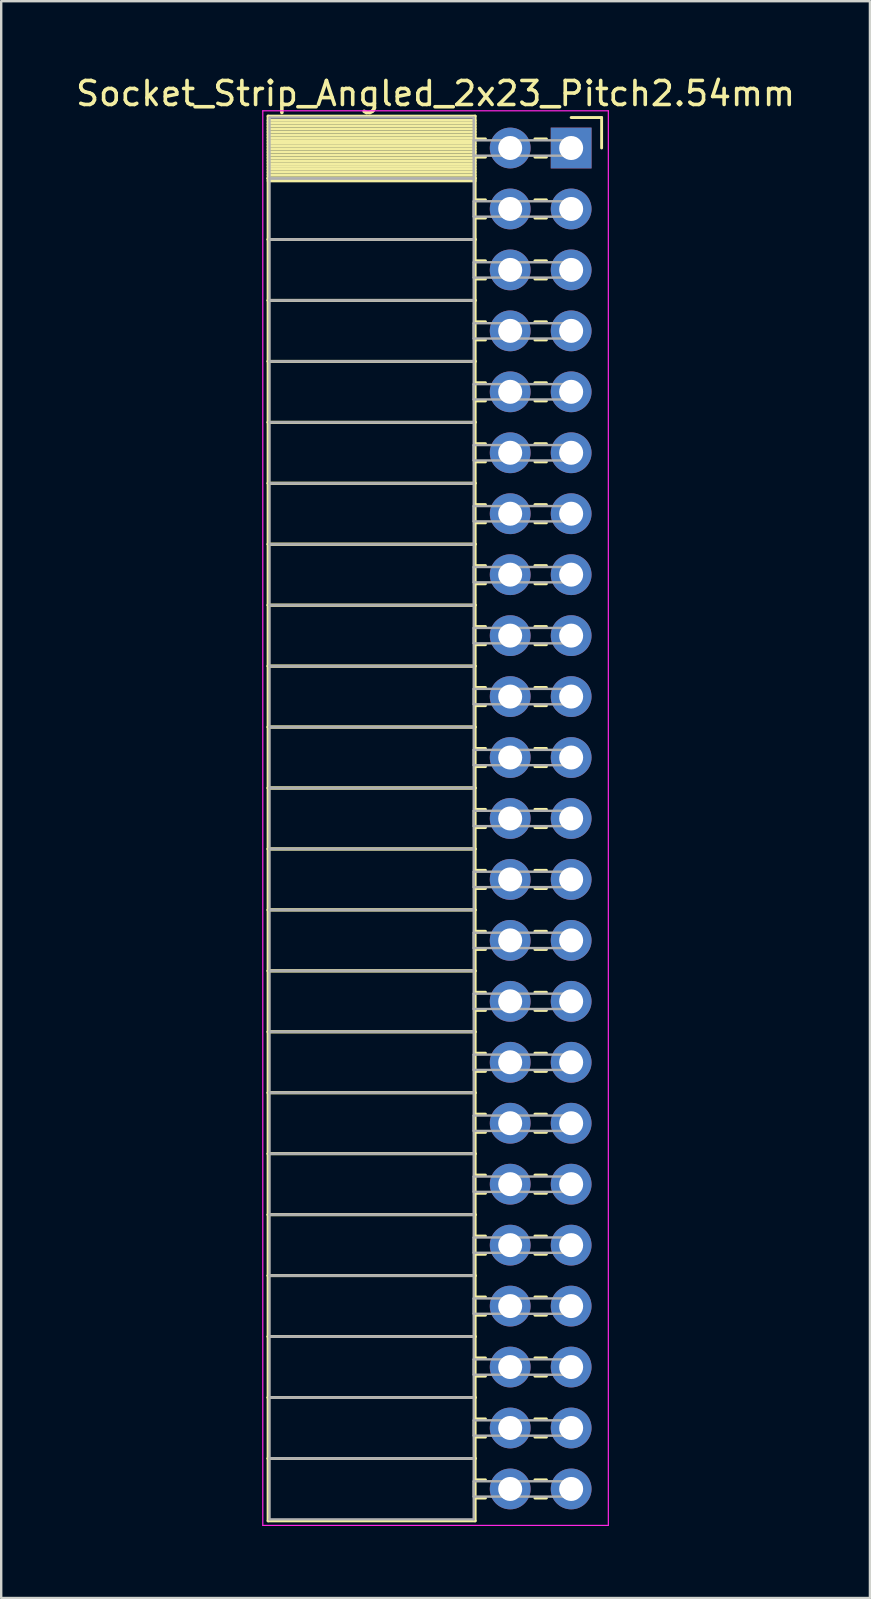
<source format=kicad_pcb>
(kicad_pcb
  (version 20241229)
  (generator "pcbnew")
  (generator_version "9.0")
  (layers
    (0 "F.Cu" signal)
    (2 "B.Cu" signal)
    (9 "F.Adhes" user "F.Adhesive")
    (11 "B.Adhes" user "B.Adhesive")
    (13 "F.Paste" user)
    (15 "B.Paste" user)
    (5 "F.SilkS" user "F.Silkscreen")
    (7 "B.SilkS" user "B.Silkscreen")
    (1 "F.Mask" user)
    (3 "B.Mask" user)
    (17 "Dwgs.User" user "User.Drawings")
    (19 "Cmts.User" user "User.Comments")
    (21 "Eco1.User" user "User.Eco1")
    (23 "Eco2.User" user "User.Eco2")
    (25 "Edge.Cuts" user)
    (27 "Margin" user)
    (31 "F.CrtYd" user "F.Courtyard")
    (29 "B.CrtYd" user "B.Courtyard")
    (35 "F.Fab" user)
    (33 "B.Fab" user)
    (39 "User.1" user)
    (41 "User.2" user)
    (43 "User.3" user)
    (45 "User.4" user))
  (footprint "Socket_Strip_Angled_2x23_Pitch2.54mm"
    (layer "F.Cu")
    (at 20.751 3.118)
    (property "Reference" "Socket_Strip_Angled_2x23_Pitch2.54mm" (at -5.65 -2.27 0) (layer "F.SilkS") (effects (font (size 1 1) (thickness 0.15))))
    (attr through_hole)
    (fp_line (start -12.63 -1.33) (end -4 -1.33) (stroke (width 0.12) (type solid)) (layer "F.SilkS"))
    (fp_line (start -12.63 1.27) (end -12.63 -1.33) (stroke (width 0.12) (type solid)) (layer "F.SilkS"))
    (fp_line (start -12.63 1.27) (end -4 1.27) (stroke (width 0.12) (type solid)) (layer "F.SilkS"))
    (fp_line (start -12.63 3.81) (end -12.63 1.27) (stroke (width 0.12) (type solid)) (layer "F.SilkS"))
    (fp_line (start -12.63 3.81) (end -4 3.81) (stroke (width 0.12) (type solid)) (layer "F.SilkS"))
    (fp_line (start -12.63 6.35) (end -12.63 3.81) (stroke (width 0.12) (type solid)) (layer "F.SilkS"))
    (fp_line (start -12.63 6.35) (end -4 6.35) (stroke (width 0.12) (type solid)) (layer "F.SilkS"))
    (fp_line (start -12.63 8.89) (end -12.63 6.35) (stroke (width 0.12) (type solid)) (layer "F.SilkS"))
    (fp_line (start -12.63 8.89) (end -4 8.89) (stroke (width 0.12) (type solid)) (layer "F.SilkS"))
    (fp_line (start -12.63 11.43) (end -12.63 8.89) (stroke (width 0.12) (type solid)) (layer "F.SilkS"))
    (fp_line (start -12.63 11.43) (end -4 11.43) (stroke (width 0.12) (type solid)) (layer "F.SilkS"))
    (fp_line (start -12.63 13.97) (end -12.63 11.43) (stroke (width 0.12) (type solid)) (layer "F.SilkS"))
    (fp_line (start -12.63 13.97) (end -4 13.97) (stroke (width 0.12) (type solid)) (layer "F.SilkS"))
    (fp_line (start -12.63 16.51) (end -12.63 13.97) (stroke (width 0.12) (type solid)) (layer "F.SilkS"))
    (fp_line (start -12.63 16.51) (end -4 16.51) (stroke (width 0.12) (type solid)) (layer "F.SilkS"))
    (fp_line (start -12.63 19.05) (end -12.63 16.51) (stroke (width 0.12) (type solid)) (layer "F.SilkS"))
    (fp_line (start -12.63 19.05) (end -4 19.05) (stroke (width 0.12) (type solid)) (layer "F.SilkS"))
    (fp_line (start -12.63 21.59) (end -12.63 19.05) (stroke (width 0.12) (type solid)) (layer "F.SilkS"))
    (fp_line (start -12.63 21.59) (end -4 21.59) (stroke (width 0.12) (type solid)) (layer "F.SilkS"))
    (fp_line (start -12.63 24.13) (end -12.63 21.59) (stroke (width 0.12) (type solid)) (layer "F.SilkS"))
    (fp_line (start -12.63 24.13) (end -4 24.13) (stroke (width 0.12) (type solid)) (layer "F.SilkS"))
    (fp_line (start -12.63 26.67) (end -12.63 24.13) (stroke (width 0.12) (type solid)) (layer "F.SilkS"))
    (fp_line (start -12.63 26.67) (end -4 26.67) (stroke (width 0.12) (type solid)) (layer "F.SilkS"))
    (fp_line (start -12.63 29.21) (end -12.63 26.67) (stroke (width 0.12) (type solid)) (layer "F.SilkS"))
    (fp_line (start -12.63 29.21) (end -4 29.21) (stroke (width 0.12) (type solid)) (layer "F.SilkS"))
    (fp_line (start -12.63 31.75) (end -12.63 29.21) (stroke (width 0.12) (type solid)) (layer "F.SilkS"))
    (fp_line (start -12.63 31.75) (end -4 31.75) (stroke (width 0.12) (type solid)) (layer "F.SilkS"))
    (fp_line (start -12.63 34.29) (end -12.63 31.75) (stroke (width 0.12) (type solid)) (layer "F.SilkS"))
    (fp_line (start -12.63 34.29) (end -4 34.29) (stroke (width 0.12) (type solid)) (layer "F.SilkS"))
    (fp_line (start -12.63 36.83) (end -12.63 34.29) (stroke (width 0.12) (type solid)) (layer "F.SilkS"))
    (fp_line (start -12.63 36.83) (end -4 36.83) (stroke (width 0.12) (type solid)) (layer "F.SilkS"))
    (fp_line (start -12.63 39.37) (end -12.63 36.83) (stroke (width 0.12) (type solid)) (layer "F.SilkS"))
    (fp_line (start -12.63 39.37) (end -4 39.37) (stroke (width 0.12) (type solid)) (layer "F.SilkS"))
    (fp_line (start -12.63 41.91) (end -12.63 39.37) (stroke (width 0.12) (type solid)) (layer "F.SilkS"))
    (fp_line (start -12.63 41.91) (end -4 41.91) (stroke (width 0.12) (type solid)) (layer "F.SilkS"))
    (fp_line (start -12.63 44.45) (end -12.63 41.91) (stroke (width 0.12) (type solid)) (layer "F.SilkS"))
    (fp_line (start -12.63 44.45) (end -4 44.45) (stroke (width 0.12) (type solid)) (layer "F.SilkS"))
    (fp_line (start -12.63 46.99) (end -12.63 44.45) (stroke (width 0.12) (type solid)) (layer "F.SilkS"))
    (fp_line (start -12.63 46.99) (end -4 46.99) (stroke (width 0.12) (type solid)) (layer "F.SilkS"))
    (fp_line (start -12.63 49.53) (end -12.63 46.99) (stroke (width 0.12) (type solid)) (layer "F.SilkS"))
    (fp_line (start -12.63 49.53) (end -4 49.53) (stroke (width 0.12) (type solid)) (layer "F.SilkS"))
    (fp_line (start -12.63 52.07) (end -12.63 49.53) (stroke (width 0.12) (type solid)) (layer "F.SilkS"))
    (fp_line (start -12.63 52.07) (end -4 52.07) (stroke (width 0.12) (type solid)) (layer "F.SilkS"))
    (fp_line (start -12.63 54.61) (end -12.63 52.07) (stroke (width 0.12) (type solid)) (layer "F.SilkS"))
    (fp_line (start -12.63 54.61) (end -4 54.61) (stroke (width 0.12) (type solid)) (layer "F.SilkS"))
    (fp_line (start -12.63 57.21) (end -12.63 54.61) (stroke (width 0.12) (type solid)) (layer "F.SilkS"))
    (fp_line (start -4 -1.33) (end -4 1.27) (stroke (width 0.12) (type solid)) (layer "F.SilkS"))
    (fp_line (start -4 -1.15) (end -12.63 -1.15) (stroke (width 0.12) (type solid)) (layer "F.SilkS"))
    (fp_line (start -4 -1.03) (end -12.63 -1.03) (stroke (width 0.12) (type solid)) (layer "F.SilkS"))
    (fp_line (start -4 -0.91) (end -12.63 -0.91) (stroke (width 0.12) (type solid)) (layer "F.SilkS"))
    (fp_line (start -4 -0.79) (end -12.63 -0.79) (stroke (width 0.12) (type solid)) (layer "F.SilkS"))
    (fp_line (start -4 -0.67) (end -12.63 -0.67) (stroke (width 0.12) (type solid)) (layer "F.SilkS"))
    (fp_line (start -4 -0.55) (end -12.63 -0.55) (stroke (width 0.12) (type solid)) (layer "F.SilkS"))
    (fp_line (start -4 -0.43) (end -12.63 -0.43) (stroke (width 0.12) (type solid)) (layer "F.SilkS"))
    (fp_line (start -4 -0.31) (end -12.63 -0.31) (stroke (width 0.12) (type solid)) (layer "F.SilkS"))
    (fp_line (start -4 -0.19) (end -12.63 -0.19) (stroke (width 0.12) (type solid)) (layer "F.SilkS"))
    (fp_line (start -4 -0.07) (end -12.63 -0.07) (stroke (width 0.12) (type solid)) (layer "F.SilkS"))
    (fp_line (start -4 0.05) (end -12.63 0.05) (stroke (width 0.12) (type solid)) (layer "F.SilkS"))
    (fp_line (start -4 0.17) (end -12.63 0.17) (stroke (width 0.12) (type solid)) (layer "F.SilkS"))
    (fp_line (start -4 0.29) (end -12.63 0.29) (stroke (width 0.12) (type solid)) (layer "F.SilkS"))
    (fp_line (start -4 0.41) (end -12.63 0.41) (stroke (width 0.12) (type solid)) (layer "F.SilkS"))
    (fp_line (start -4 0.53) (end -12.63 0.53) (stroke (width 0.12) (type solid)) (layer "F.SilkS"))
    (fp_line (start -4 0.65) (end -12.63 0.65) (stroke (width 0.12) (type solid)) (layer "F.SilkS"))
    (fp_line (start -4 0.77) (end -12.63 0.77) (stroke (width 0.12) (type solid)) (layer "F.SilkS"))
    (fp_line (start -4 0.89) (end -12.63 0.89) (stroke (width 0.12) (type solid)) (layer "F.SilkS"))
    (fp_line (start -4 1.01) (end -12.63 1.01) (stroke (width 0.12) (type solid)) (layer "F.SilkS"))
    (fp_line (start -4 1.13) (end -12.63 1.13) (stroke (width 0.12) (type solid)) (layer "F.SilkS"))
    (fp_line (start -4 1.25) (end -12.63 1.25) (stroke (width 0.12) (type solid)) (layer "F.SilkS"))
    (fp_line (start -4 1.27) (end -12.63 1.27) (stroke (width 0.12) (type solid)) (layer "F.SilkS"))
    (fp_line (start -4 1.27) (end -4 3.81) (stroke (width 0.12) (type solid)) (layer "F.SilkS"))
    (fp_line (start -4 1.37) (end -12.63 1.37) (stroke (width 0.12) (type solid)) (layer "F.SilkS"))
    (fp_line (start -4 3.81) (end -12.63 3.81) (stroke (width 0.12) (type solid)) (layer "F.SilkS"))
    (fp_line (start -4 3.81) (end -4 6.35) (stroke (width 0.12) (type solid)) (layer "F.SilkS"))
    (fp_line (start -4 6.35) (end -12.63 6.35) (stroke (width 0.12) (type solid)) (layer "F.SilkS"))
    (fp_line (start -4 6.35) (end -4 8.89) (stroke (width 0.12) (type solid)) (layer "F.SilkS"))
    (fp_line (start -4 8.89) (end -12.63 8.89) (stroke (width 0.12) (type solid)) (layer "F.SilkS"))
    (fp_line (start -4 8.89) (end -4 11.43) (stroke (width 0.12) (type solid)) (layer "F.SilkS"))
    (fp_line (start -4 11.43) (end -12.63 11.43) (stroke (width 0.12) (type solid)) (layer "F.SilkS"))
    (fp_line (start -4 11.43) (end -4 13.97) (stroke (width 0.12) (type solid)) (layer "F.SilkS"))
    (fp_line (start -4 13.97) (end -12.63 13.97) (stroke (width 0.12) (type solid)) (layer "F.SilkS"))
    (fp_line (start -4 13.97) (end -4 16.51) (stroke (width 0.12) (type solid)) (layer "F.SilkS"))
    (fp_line (start -4 16.51) (end -12.63 16.51) (stroke (width 0.12) (type solid)) (layer "F.SilkS"))
    (fp_line (start -4 16.51) (end -4 19.05) (stroke (width 0.12) (type solid)) (layer "F.SilkS"))
    (fp_line (start -4 19.05) (end -12.63 19.05) (stroke (width 0.12) (type solid)) (layer "F.SilkS"))
    (fp_line (start -4 19.05) (end -4 21.59) (stroke (width 0.12) (type solid)) (layer "F.SilkS"))
    (fp_line (start -4 21.59) (end -12.63 21.59) (stroke (width 0.12) (type solid)) (layer "F.SilkS"))
    (fp_line (start -4 21.59) (end -4 24.13) (stroke (width 0.12) (type solid)) (layer "F.SilkS"))
    (fp_line (start -4 24.13) (end -12.63 24.13) (stroke (width 0.12) (type solid)) (layer "F.SilkS"))
    (fp_line (start -4 24.13) (end -4 26.67) (stroke (width 0.12) (type solid)) (layer "F.SilkS"))
    (fp_line (start -4 26.67) (end -12.63 26.67) (stroke (width 0.12) (type solid)) (layer "F.SilkS"))
    (fp_line (start -4 26.67) (end -4 29.21) (stroke (width 0.12) (type solid)) (layer "F.SilkS"))
    (fp_line (start -4 29.21) (end -12.63 29.21) (stroke (width 0.12) (type solid)) (layer "F.SilkS"))
    (fp_line (start -4 29.21) (end -4 31.75) (stroke (width 0.12) (type solid)) (layer "F.SilkS"))
    (fp_line (start -4 31.75) (end -12.63 31.75) (stroke (width 0.12) (type solid)) (layer "F.SilkS"))
    (fp_line (start -4 31.75) (end -4 34.29) (stroke (width 0.12) (type solid)) (layer "F.SilkS"))
    (fp_line (start -4 34.29) (end -12.63 34.29) (stroke (width 0.12) (type solid)) (layer "F.SilkS"))
    (fp_line (start -4 34.29) (end -4 36.83) (stroke (width 0.12) (type solid)) (layer "F.SilkS"))
    (fp_line (start -4 36.83) (end -12.63 36.83) (stroke (width 0.12) (type solid)) (layer "F.SilkS"))
    (fp_line (start -4 36.83) (end -4 39.37) (stroke (width 0.12) (type solid)) (layer "F.SilkS"))
    (fp_line (start -4 39.37) (end -12.63 39.37) (stroke (width 0.12) (type solid)) (layer "F.SilkS"))
    (fp_line (start -4 39.37) (end -4 41.91) (stroke (width 0.12) (type solid)) (layer "F.SilkS"))
    (fp_line (start -4 41.91) (end -12.63 41.91) (stroke (width 0.12) (type solid)) (layer "F.SilkS"))
    (fp_line (start -4 41.91) (end -4 44.45) (stroke (width 0.12) (type solid)) (layer "F.SilkS"))
    (fp_line (start -4 44.45) (end -12.63 44.45) (stroke (width 0.12) (type solid)) (layer "F.SilkS"))
    (fp_line (start -4 44.45) (end -4 46.99) (stroke (width 0.12) (type solid)) (layer "F.SilkS"))
    (fp_line (start -4 46.99) (end -12.63 46.99) (stroke (width 0.12) (type solid)) (layer "F.SilkS"))
    (fp_line (start -4 46.99) (end -4 49.53) (stroke (width 0.12) (type solid)) (layer "F.SilkS"))
    (fp_line (start -4 49.53) (end -12.63 49.53) (stroke (width 0.12) (type solid)) (layer "F.SilkS"))
    (fp_line (start -4 49.53) (end -4 52.07) (stroke (width 0.12) (type solid)) (layer "F.SilkS"))
    (fp_line (start -4 52.07) (end -12.63 52.07) (stroke (width 0.12) (type solid)) (layer "F.SilkS"))
    (fp_line (start -4 52.07) (end -4 54.61) (stroke (width 0.12) (type solid)) (layer "F.SilkS"))
    (fp_line (start -4 54.61) (end -12.63 54.61) (stroke (width 0.12) (type solid)) (layer "F.SilkS"))
    (fp_line (start -4 54.61) (end -4 57.21) (stroke (width 0.12) (type solid)) (layer "F.SilkS"))
    (fp_line (start -4 57.21) (end -12.63 57.21) (stroke (width 0.12) (type solid)) (layer "F.SilkS"))
    (fp_line (start -3.57 -0.38) (end -4 -0.38) (stroke (width 0.12) (type solid)) (layer "F.SilkS"))
    (fp_line (start -3.57 0.38) (end -4 0.38) (stroke (width 0.12) (type solid)) (layer "F.SilkS"))
    (fp_line (start -3.57 2.16) (end -4 2.16) (stroke (width 0.12) (type solid)) (layer "F.SilkS"))
    (fp_line (start -3.57 2.92) (end -4 2.92) (stroke (width 0.12) (type solid)) (layer "F.SilkS"))
    (fp_line (start -3.57 4.7) (end -4 4.7) (stroke (width 0.12) (type solid)) (layer "F.SilkS"))
    (fp_line (start -3.57 5.46) (end -4 5.46) (stroke (width 0.12) (type solid)) (layer "F.SilkS"))
    (fp_line (start -3.57 7.24) (end -4 7.24) (stroke (width 0.12) (type solid)) (layer "F.SilkS"))
    (fp_line (start -3.57 8) (end -4 8) (stroke (width 0.12) (type solid)) (layer "F.SilkS"))
    (fp_line (start -3.57 9.78) (end -4 9.78) (stroke (width 0.12) (type solid)) (layer "F.SilkS"))
    (fp_line (start -3.57 10.54) (end -4 10.54) (stroke (width 0.12) (type solid)) (layer "F.SilkS"))
    (fp_line (start -3.57 12.32) (end -4 12.32) (stroke (width 0.12) (type solid)) (layer "F.SilkS"))
    (fp_line (start -3.57 13.08) (end -4 13.08) (stroke (width 0.12) (type solid)) (layer "F.SilkS"))
    (fp_line (start -3.57 14.86) (end -4 14.86) (stroke (width 0.12) (type solid)) (layer "F.SilkS"))
    (fp_line (start -3.57 15.62) (end -4 15.62) (stroke (width 0.12) (type solid)) (layer "F.SilkS"))
    (fp_line (start -3.57 17.4) (end -4 17.4) (stroke (width 0.12) (type solid)) (layer "F.SilkS"))
    (fp_line (start -3.57 18.16) (end -4 18.16) (stroke (width 0.12) (type solid)) (layer "F.SilkS"))
    (fp_line (start -3.57 19.94) (end -4 19.94) (stroke (width 0.12) (type solid)) (layer "F.SilkS"))
    (fp_line (start -3.57 20.7) (end -4 20.7) (stroke (width 0.12) (type solid)) (layer "F.SilkS"))
    (fp_line (start -3.57 22.48) (end -4 22.48) (stroke (width 0.12) (type solid)) (layer "F.SilkS"))
    (fp_line (start -3.57 23.24) (end -4 23.24) (stroke (width 0.12) (type solid)) (layer "F.SilkS"))
    (fp_line (start -3.57 25.02) (end -4 25.02) (stroke (width 0.12) (type solid)) (layer "F.SilkS"))
    (fp_line (start -3.57 25.78) (end -4 25.78) (stroke (width 0.12) (type solid)) (layer "F.SilkS"))
    (fp_line (start -3.57 27.56) (end -4 27.56) (stroke (width 0.12) (type solid)) (layer "F.SilkS"))
    (fp_line (start -3.57 28.32) (end -4 28.32) (stroke (width 0.12) (type solid)) (layer "F.SilkS"))
    (fp_line (start -3.57 30.1) (end -4 30.1) (stroke (width 0.12) (type solid)) (layer "F.SilkS"))
    (fp_line (start -3.57 30.86) (end -4 30.86) (stroke (width 0.12) (type solid)) (layer "F.SilkS"))
    (fp_line (start -3.57 32.64) (end -4 32.64) (stroke (width 0.12) (type solid)) (layer "F.SilkS"))
    (fp_line (start -3.57 33.4) (end -4 33.4) (stroke (width 0.12) (type solid)) (layer "F.SilkS"))
    (fp_line (start -3.57 35.18) (end -4 35.18) (stroke (width 0.12) (type solid)) (layer "F.SilkS"))
    (fp_line (start -3.57 35.94) (end -4 35.94) (stroke (width 0.12) (type solid)) (layer "F.SilkS"))
    (fp_line (start -3.57 37.72) (end -4 37.72) (stroke (width 0.12) (type solid)) (layer "F.SilkS"))
    (fp_line (start -3.57 38.48) (end -4 38.48) (stroke (width 0.12) (type solid)) (layer "F.SilkS"))
    (fp_line (start -3.57 40.26) (end -4 40.26) (stroke (width 0.12) (type solid)) (layer "F.SilkS"))
    (fp_line (start -3.57 41.02) (end -4 41.02) (stroke (width 0.12) (type solid)) (layer "F.SilkS"))
    (fp_line (start -3.57 42.8) (end -4 42.8) (stroke (width 0.12) (type solid)) (layer "F.SilkS"))
    (fp_line (start -3.57 43.56) (end -4 43.56) (stroke (width 0.12) (type solid)) (layer "F.SilkS"))
    (fp_line (start -3.57 45.34) (end -4 45.34) (stroke (width 0.12) (type solid)) (layer "F.SilkS"))
    (fp_line (start -3.57 46.1) (end -4 46.1) (stroke (width 0.12) (type solid)) (layer "F.SilkS"))
    (fp_line (start -3.57 47.88) (end -4 47.88) (stroke (width 0.12) (type solid)) (layer "F.SilkS"))
    (fp_line (start -3.57 48.64) (end -4 48.64) (stroke (width 0.12) (type solid)) (layer "F.SilkS"))
    (fp_line (start -3.57 50.42) (end -4 50.42) (stroke (width 0.12) (type solid)) (layer "F.SilkS"))
    (fp_line (start -3.57 51.18) (end -4 51.18) (stroke (width 0.12) (type solid)) (layer "F.SilkS"))
    (fp_line (start -3.57 52.96) (end -4 52.96) (stroke (width 0.12) (type solid)) (layer "F.SilkS"))
    (fp_line (start -3.57 53.72) (end -4 53.72) (stroke (width 0.12) (type solid)) (layer "F.SilkS"))
    (fp_line (start -3.57 55.5) (end -4 55.5) (stroke (width 0.12) (type solid)) (layer "F.SilkS"))
    (fp_line (start -3.57 56.26) (end -4 56.26) (stroke (width 0.12) (type solid)) (layer "F.SilkS"))
    (fp_line (start -1.03 -0.38) (end -1.51 -0.38) (stroke (width 0.12) (type solid)) (layer "F.SilkS"))
    (fp_line (start -1.03 0.38) (end -1.51 0.38) (stroke (width 0.12) (type solid)) (layer "F.SilkS"))
    (fp_line (start -1.03 2.16) (end -1.51 2.16) (stroke (width 0.12) (type solid)) (layer "F.SilkS"))
    (fp_line (start -1.03 2.92) (end -1.51 2.92) (stroke (width 0.12) (type solid)) (layer "F.SilkS"))
    (fp_line (start -1.03 4.7) (end -1.51 4.7) (stroke (width 0.12) (type solid)) (layer "F.SilkS"))
    (fp_line (start -1.03 5.46) (end -1.51 5.46) (stroke (width 0.12) (type solid)) (layer "F.SilkS"))
    (fp_line (start -1.03 7.24) (end -1.51 7.24) (stroke (width 0.12) (type solid)) (layer "F.SilkS"))
    (fp_line (start -1.03 8) (end -1.51 8) (stroke (width 0.12) (type solid)) (layer "F.SilkS"))
    (fp_line (start -1.03 9.78) (end -1.51 9.78) (stroke (width 0.12) (type solid)) (layer "F.SilkS"))
    (fp_line (start -1.03 10.54) (end -1.51 10.54) (stroke (width 0.12) (type solid)) (layer "F.SilkS"))
    (fp_line (start -1.03 12.32) (end -1.51 12.32) (stroke (width 0.12) (type solid)) (layer "F.SilkS"))
    (fp_line (start -1.03 13.08) (end -1.51 13.08) (stroke (width 0.12) (type solid)) (layer "F.SilkS"))
    (fp_line (start -1.03 14.86) (end -1.51 14.86) (stroke (width 0.12) (type solid)) (layer "F.SilkS"))
    (fp_line (start -1.03 15.62) (end -1.51 15.62) (stroke (width 0.12) (type solid)) (layer "F.SilkS"))
    (fp_line (start -1.03 17.4) (end -1.51 17.4) (stroke (width 0.12) (type solid)) (layer "F.SilkS"))
    (fp_line (start -1.03 18.16) (end -1.51 18.16) (stroke (width 0.12) (type solid)) (layer "F.SilkS"))
    (fp_line (start -1.03 19.94) (end -1.51 19.94) (stroke (width 0.12) (type solid)) (layer "F.SilkS"))
    (fp_line (start -1.03 20.7) (end -1.51 20.7) (stroke (width 0.12) (type solid)) (layer "F.SilkS"))
    (fp_line (start -1.03 22.48) (end -1.51 22.48) (stroke (width 0.12) (type solid)) (layer "F.SilkS"))
    (fp_line (start -1.03 23.24) (end -1.51 23.24) (stroke (width 0.12) (type solid)) (layer "F.SilkS"))
    (fp_line (start -1.03 25.02) (end -1.51 25.02) (stroke (width 0.12) (type solid)) (layer "F.SilkS"))
    (fp_line (start -1.03 25.78) (end -1.51 25.78) (stroke (width 0.12) (type solid)) (layer "F.SilkS"))
    (fp_line (start -1.03 27.56) (end -1.51 27.56) (stroke (width 0.12) (type solid)) (layer "F.SilkS"))
    (fp_line (start -1.03 28.32) (end -1.51 28.32) (stroke (width 0.12) (type solid)) (layer "F.SilkS"))
    (fp_line (start -1.03 30.1) (end -1.51 30.1) (stroke (width 0.12) (type solid)) (layer "F.SilkS"))
    (fp_line (start -1.03 30.86) (end -1.51 30.86) (stroke (width 0.12) (type solid)) (layer "F.SilkS"))
    (fp_line (start -1.03 32.64) (end -1.51 32.64) (stroke (width 0.12) (type solid)) (layer "F.SilkS"))
    (fp_line (start -1.03 33.4) (end -1.51 33.4) (stroke (width 0.12) (type solid)) (layer "F.SilkS"))
    (fp_line (start -1.03 35.18) (end -1.51 35.18) (stroke (width 0.12) (type solid)) (layer "F.SilkS"))
    (fp_line (start -1.03 35.94) (end -1.51 35.94) (stroke (width 0.12) (type solid)) (layer "F.SilkS"))
    (fp_line (start -1.03 37.72) (end -1.51 37.72) (stroke (width 0.12) (type solid)) (layer "F.SilkS"))
    (fp_line (start -1.03 38.48) (end -1.51 38.48) (stroke (width 0.12) (type solid)) (layer "F.SilkS"))
    (fp_line (start -1.03 40.26) (end -1.51 40.26) (stroke (width 0.12) (type solid)) (layer "F.SilkS"))
    (fp_line (start -1.03 41.02) (end -1.51 41.02) (stroke (width 0.12) (type solid)) (layer "F.SilkS"))
    (fp_line (start -1.03 42.8) (end -1.51 42.8) (stroke (width 0.12) (type solid)) (layer "F.SilkS"))
    (fp_line (start -1.03 43.56) (end -1.51 43.56) (stroke (width 0.12) (type solid)) (layer "F.SilkS"))
    (fp_line (start -1.03 45.34) (end -1.51 45.34) (stroke (width 0.12) (type solid)) (layer "F.SilkS"))
    (fp_line (start -1.03 46.1) (end -1.51 46.1) (stroke (width 0.12) (type solid)) (layer "F.SilkS"))
    (fp_line (start -1.03 47.88) (end -1.51 47.88) (stroke (width 0.12) (type solid)) (layer "F.SilkS"))
    (fp_line (start -1.03 48.64) (end -1.51 48.64) (stroke (width 0.12) (type solid)) (layer "F.SilkS"))
    (fp_line (start -1.03 50.42) (end -1.51 50.42) (stroke (width 0.12) (type solid)) (layer "F.SilkS"))
    (fp_line (start -1.03 51.18) (end -1.51 51.18) (stroke (width 0.12) (type solid)) (layer "F.SilkS"))
    (fp_line (start -1.03 52.96) (end -1.51 52.96) (stroke (width 0.12) (type solid)) (layer "F.SilkS"))
    (fp_line (start -1.03 53.72) (end -1.51 53.72) (stroke (width 0.12) (type solid)) (layer "F.SilkS"))
    (fp_line (start -1.03 55.5) (end -1.51 55.5) (stroke (width 0.12) (type solid)) (layer "F.SilkS"))
    (fp_line (start -1.03 56.26) (end -1.51 56.26) (stroke (width 0.12) (type solid)) (layer "F.SilkS"))
    (fp_line (start 0 -1.27) (end 1.27 -1.27) (stroke (width 0.12) (type solid)) (layer "F.SilkS"))
    (fp_line (start 1.27 -1.27) (end 1.27 0) (stroke (width 0.12) (type solid)) (layer "F.SilkS"))
    (fp_line (start -12.85 -1.55) (end 1.55 -1.55) (stroke (width 0.05) (type solid)) (layer "F.CrtYd"))
    (fp_line (start -12.85 57.4) (end -12.85 -1.55) (stroke (width 0.05) (type solid)) (layer "F.CrtYd"))
    (fp_line (start 1.55 -1.55) (end 1.55 57.4) (stroke (width 0.05) (type solid)) (layer "F.CrtYd"))
    (fp_line (start 1.55 57.4) (end -12.85 57.4) (stroke (width 0.05) (type solid)) (layer "F.CrtYd"))
    (fp_line (start -12.57 -1.27) (end -4.06 -1.27) (stroke (width 0.1) (type solid)) (layer "F.Fab"))
    (fp_line (start -12.57 1.27) (end -12.57 -1.27) (stroke (width 0.1) (type solid)) (layer "F.Fab"))
    (fp_line (start -12.57 1.27) (end -4.06 1.27) (stroke (width 0.1) (type solid)) (layer "F.Fab"))
    (fp_line (start -12.57 3.81) (end -12.57 1.27) (stroke (width 0.1) (type solid)) (layer "F.Fab"))
    (fp_line (start -12.57 3.81) (end -4.06 3.81) (stroke (width 0.1) (type solid)) (layer "F.Fab"))
    (fp_line (start -12.57 6.35) (end -12.57 3.81) (stroke (width 0.1) (type solid)) (layer "F.Fab"))
    (fp_line (start -12.57 6.35) (end -4.06 6.35) (stroke (width 0.1) (type solid)) (layer "F.Fab"))
    (fp_line (start -12.57 8.89) (end -12.57 6.35) (stroke (width 0.1) (type solid)) (layer "F.Fab"))
    (fp_line (start -12.57 8.89) (end -4.06 8.89) (stroke (width 0.1) (type solid)) (layer "F.Fab"))
    (fp_line (start -12.57 11.43) (end -12.57 8.89) (stroke (width 0.1) (type solid)) (layer "F.Fab"))
    (fp_line (start -12.57 11.43) (end -4.06 11.43) (stroke (width 0.1) (type solid)) (layer "F.Fab"))
    (fp_line (start -12.57 13.97) (end -12.57 11.43) (stroke (width 0.1) (type solid)) (layer "F.Fab"))
    (fp_line (start -12.57 13.97) (end -4.06 13.97) (stroke (width 0.1) (type solid)) (layer "F.Fab"))
    (fp_line (start -12.57 16.51) (end -12.57 13.97) (stroke (width 0.1) (type solid)) (layer "F.Fab"))
    (fp_line (start -12.57 16.51) (end -4.06 16.51) (stroke (width 0.1) (type solid)) (layer "F.Fab"))
    (fp_line (start -12.57 19.05) (end -12.57 16.51) (stroke (width 0.1) (type solid)) (layer "F.Fab"))
    (fp_line (start -12.57 19.05) (end -4.06 19.05) (stroke (width 0.1) (type solid)) (layer "F.Fab"))
    (fp_line (start -12.57 21.59) (end -12.57 19.05) (stroke (width 0.1) (type solid)) (layer "F.Fab"))
    (fp_line (start -12.57 21.59) (end -4.06 21.59) (stroke (width 0.1) (type solid)) (layer "F.Fab"))
    (fp_line (start -12.57 24.13) (end -12.57 21.59) (stroke (width 0.1) (type solid)) (layer "F.Fab"))
    (fp_line (start -12.57 24.13) (end -4.06 24.13) (stroke (width 0.1) (type solid)) (layer "F.Fab"))
    (fp_line (start -12.57 26.67) (end -12.57 24.13) (stroke (width 0.1) (type solid)) (layer "F.Fab"))
    (fp_line (start -12.57 26.67) (end -4.06 26.67) (stroke (width 0.1) (type solid)) (layer "F.Fab"))
    (fp_line (start -12.57 29.21) (end -12.57 26.67) (stroke (width 0.1) (type solid)) (layer "F.Fab"))
    (fp_line (start -12.57 29.21) (end -4.06 29.21) (stroke (width 0.1) (type solid)) (layer "F.Fab"))
    (fp_line (start -12.57 31.75) (end -12.57 29.21) (stroke (width 0.1) (type solid)) (layer "F.Fab"))
    (fp_line (start -12.57 31.75) (end -4.06 31.75) (stroke (width 0.1) (type solid)) (layer "F.Fab"))
    (fp_line (start -12.57 34.29) (end -12.57 31.75) (stroke (width 0.1) (type solid)) (layer "F.Fab"))
    (fp_line (start -12.57 34.29) (end -4.06 34.29) (stroke (width 0.1) (type solid)) (layer "F.Fab"))
    (fp_line (start -12.57 36.83) (end -12.57 34.29) (stroke (width 0.1) (type solid)) (layer "F.Fab"))
    (fp_line (start -12.57 36.83) (end -4.06 36.83) (stroke (width 0.1) (type solid)) (layer "F.Fab"))
    (fp_line (start -12.57 39.37) (end -12.57 36.83) (stroke (width 0.1) (type solid)) (layer "F.Fab"))
    (fp_line (start -12.57 39.37) (end -4.06 39.37) (stroke (width 0.1) (type solid)) (layer "F.Fab"))
    (fp_line (start -12.57 41.91) (end -12.57 39.37) (stroke (width 0.1) (type solid)) (layer "F.Fab"))
    (fp_line (start -12.57 41.91) (end -4.06 41.91) (stroke (width 0.1) (type solid)) (layer "F.Fab"))
    (fp_line (start -12.57 44.45) (end -12.57 41.91) (stroke (width 0.1) (type solid)) (layer "F.Fab"))
    (fp_line (start -12.57 44.45) (end -4.06 44.45) (stroke (width 0.1) (type solid)) (layer "F.Fab"))
    (fp_line (start -12.57 46.99) (end -12.57 44.45) (stroke (width 0.1) (type solid)) (layer "F.Fab"))
    (fp_line (start -12.57 46.99) (end -4.06 46.99) (stroke (width 0.1) (type solid)) (layer "F.Fab"))
    (fp_line (start -12.57 49.53) (end -12.57 46.99) (stroke (width 0.1) (type solid)) (layer "F.Fab"))
    (fp_line (start -12.57 49.53) (end -4.06 49.53) (stroke (width 0.1) (type solid)) (layer "F.Fab"))
    (fp_line (start -12.57 52.07) (end -12.57 49.53) (stroke (width 0.1) (type solid)) (layer "F.Fab"))
    (fp_line (start -12.57 52.07) (end -4.06 52.07) (stroke (width 0.1) (type solid)) (layer "F.Fab"))
    (fp_line (start -12.57 54.61) (end -12.57 52.07) (stroke (width 0.1) (type solid)) (layer "F.Fab"))
    (fp_line (start -12.57 54.61) (end -4.06 54.61) (stroke (width 0.1) (type solid)) (layer "F.Fab"))
    (fp_line (start -12.57 57.15) (end -12.57 54.61) (stroke (width 0.1) (type solid)) (layer "F.Fab"))
    (fp_line (start -4.06 -1.27) (end -4.06 1.27) (stroke (width 0.1) (type solid)) (layer "F.Fab"))
    (fp_line (start -4.06 -0.32) (end 0 -0.32) (stroke (width 0.1) (type solid)) (layer "F.Fab"))
    (fp_line (start -4.06 0.32) (end -4.06 -0.32) (stroke (width 0.1) (type solid)) (layer "F.Fab"))
    (fp_line (start -4.06 1.27) (end -12.57 1.27) (stroke (width 0.1) (type solid)) (layer "F.Fab"))
    (fp_line (start -4.06 1.27) (end -4.06 3.81) (stroke (width 0.1) (type solid)) (layer "F.Fab"))
    (fp_line (start -4.06 2.22) (end 0 2.22) (stroke (width 0.1) (type solid)) (layer "F.Fab"))
    (fp_line (start -4.06 2.86) (end -4.06 2.22) (stroke (width 0.1) (type solid)) (layer "F.Fab"))
    (fp_line (start -4.06 3.81) (end -12.57 3.81) (stroke (width 0.1) (type solid)) (layer "F.Fab"))
    (fp_line (start -4.06 3.81) (end -4.06 6.35) (stroke (width 0.1) (type solid)) (layer "F.Fab"))
    (fp_line (start -4.06 4.76) (end 0 4.76) (stroke (width 0.1) (type solid)) (layer "F.Fab"))
    (fp_line (start -4.06 5.4) (end -4.06 4.76) (stroke (width 0.1) (type solid)) (layer "F.Fab"))
    (fp_line (start -4.06 6.35) (end -12.57 6.35) (stroke (width 0.1) (type solid)) (layer "F.Fab"))
    (fp_line (start -4.06 6.35) (end -4.06 8.89) (stroke (width 0.1) (type solid)) (layer "F.Fab"))
    (fp_line (start -4.06 7.3) (end 0 7.3) (stroke (width 0.1) (type solid)) (layer "F.Fab"))
    (fp_line (start -4.06 7.94) (end -4.06 7.3) (stroke (width 0.1) (type solid)) (layer "F.Fab"))
    (fp_line (start -4.06 8.89) (end -12.57 8.89) (stroke (width 0.1) (type solid)) (layer "F.Fab"))
    (fp_line (start -4.06 8.89) (end -4.06 11.43) (stroke (width 0.1) (type solid)) (layer "F.Fab"))
    (fp_line (start -4.06 9.84) (end 0 9.84) (stroke (width 0.1) (type solid)) (layer "F.Fab"))
    (fp_line (start -4.06 10.48) (end -4.06 9.84) (stroke (width 0.1) (type solid)) (layer "F.Fab"))
    (fp_line (start -4.06 11.43) (end -12.57 11.43) (stroke (width 0.1) (type solid)) (layer "F.Fab"))
    (fp_line (start -4.06 11.43) (end -4.06 13.97) (stroke (width 0.1) (type solid)) (layer "F.Fab"))
    (fp_line (start -4.06 12.38) (end 0 12.38) (stroke (width 0.1) (type solid)) (layer "F.Fab"))
    (fp_line (start -4.06 13.02) (end -4.06 12.38) (stroke (width 0.1) (type solid)) (layer "F.Fab"))
    (fp_line (start -4.06 13.97) (end -12.57 13.97) (stroke (width 0.1) (type solid)) (layer "F.Fab"))
    (fp_line (start -4.06 13.97) (end -4.06 16.51) (stroke (width 0.1) (type solid)) (layer "F.Fab"))
    (fp_line (start -4.06 14.92) (end 0 14.92) (stroke (width 0.1) (type solid)) (layer "F.Fab"))
    (fp_line (start -4.06 15.56) (end -4.06 14.92) (stroke (width 0.1) (type solid)) (layer "F.Fab"))
    (fp_line (start -4.06 16.51) (end -12.57 16.51) (stroke (width 0.1) (type solid)) (layer "F.Fab"))
    (fp_line (start -4.06 16.51) (end -4.06 19.05) (stroke (width 0.1) (type solid)) (layer "F.Fab"))
    (fp_line (start -4.06 17.46) (end 0 17.46) (stroke (width 0.1) (type solid)) (layer "F.Fab"))
    (fp_line (start -4.06 18.1) (end -4.06 17.46) (stroke (width 0.1) (type solid)) (layer "F.Fab"))
    (fp_line (start -4.06 19.05) (end -12.57 19.05) (stroke (width 0.1) (type solid)) (layer "F.Fab"))
    (fp_line (start -4.06 19.05) (end -4.06 21.59) (stroke (width 0.1) (type solid)) (layer "F.Fab"))
    (fp_line (start -4.06 20) (end 0 20) (stroke (width 0.1) (type solid)) (layer "F.Fab"))
    (fp_line (start -4.06 20.64) (end -4.06 20) (stroke (width 0.1) (type solid)) (layer "F.Fab"))
    (fp_line (start -4.06 21.59) (end -12.57 21.59) (stroke (width 0.1) (type solid)) (layer "F.Fab"))
    (fp_line (start -4.06 21.59) (end -4.06 24.13) (stroke (width 0.1) (type solid)) (layer "F.Fab"))
    (fp_line (start -4.06 22.54) (end 0 22.54) (stroke (width 0.1) (type solid)) (layer "F.Fab"))
    (fp_line (start -4.06 23.18) (end -4.06 22.54) (stroke (width 0.1) (type solid)) (layer "F.Fab"))
    (fp_line (start -4.06 24.13) (end -12.57 24.13) (stroke (width 0.1) (type solid)) (layer "F.Fab"))
    (fp_line (start -4.06 24.13) (end -4.06 26.67) (stroke (width 0.1) (type solid)) (layer "F.Fab"))
    (fp_line (start -4.06 25.08) (end 0 25.08) (stroke (width 0.1) (type solid)) (layer "F.Fab"))
    (fp_line (start -4.06 25.72) (end -4.06 25.08) (stroke (width 0.1) (type solid)) (layer "F.Fab"))
    (fp_line (start -4.06 26.67) (end -12.57 26.67) (stroke (width 0.1) (type solid)) (layer "F.Fab"))
    (fp_line (start -4.06 26.67) (end -4.06 29.21) (stroke (width 0.1) (type solid)) (layer "F.Fab"))
    (fp_line (start -4.06 27.62) (end 0 27.62) (stroke (width 0.1) (type solid)) (layer "F.Fab"))
    (fp_line (start -4.06 28.26) (end -4.06 27.62) (stroke (width 0.1) (type solid)) (layer "F.Fab"))
    (fp_line (start -4.06 29.21) (end -12.57 29.21) (stroke (width 0.1) (type solid)) (layer "F.Fab"))
    (fp_line (start -4.06 29.21) (end -4.06 31.75) (stroke (width 0.1) (type solid)) (layer "F.Fab"))
    (fp_line (start -4.06 30.16) (end 0 30.16) (stroke (width 0.1) (type solid)) (layer "F.Fab"))
    (fp_line (start -4.06 30.8) (end -4.06 30.16) (stroke (width 0.1) (type solid)) (layer "F.Fab"))
    (fp_line (start -4.06 31.75) (end -12.57 31.75) (stroke (width 0.1) (type solid)) (layer "F.Fab"))
    (fp_line (start -4.06 31.75) (end -4.06 34.29) (stroke (width 0.1) (type solid)) (layer "F.Fab"))
    (fp_line (start -4.06 32.7) (end 0 32.7) (stroke (width 0.1) (type solid)) (layer "F.Fab"))
    (fp_line (start -4.06 33.34) (end -4.06 32.7) (stroke (width 0.1) (type solid)) (layer "F.Fab"))
    (fp_line (start -4.06 34.29) (end -12.57 34.29) (stroke (width 0.1) (type solid)) (layer "F.Fab"))
    (fp_line (start -4.06 34.29) (end -4.06 36.83) (stroke (width 0.1) (type solid)) (layer "F.Fab"))
    (fp_line (start -4.06 35.24) (end 0 35.24) (stroke (width 0.1) (type solid)) (layer "F.Fab"))
    (fp_line (start -4.06 35.88) (end -4.06 35.24) (stroke (width 0.1) (type solid)) (layer "F.Fab"))
    (fp_line (start -4.06 36.83) (end -12.57 36.83) (stroke (width 0.1) (type solid)) (layer "F.Fab"))
    (fp_line (start -4.06 36.83) (end -4.06 39.37) (stroke (width 0.1) (type solid)) (layer "F.Fab"))
    (fp_line (start -4.06 37.78) (end 0 37.78) (stroke (width 0.1) (type solid)) (layer "F.Fab"))
    (fp_line (start -4.06 38.42) (end -4.06 37.78) (stroke (width 0.1) (type solid)) (layer "F.Fab"))
    (fp_line (start -4.06 39.37) (end -12.57 39.37) (stroke (width 0.1) (type solid)) (layer "F.Fab"))
    (fp_line (start -4.06 39.37) (end -4.06 41.91) (stroke (width 0.1) (type solid)) (layer "F.Fab"))
    (fp_line (start -4.06 40.32) (end 0 40.32) (stroke (width 0.1) (type solid)) (layer "F.Fab"))
    (fp_line (start -4.06 40.96) (end -4.06 40.32) (stroke (width 0.1) (type solid)) (layer "F.Fab"))
    (fp_line (start -4.06 41.91) (end -12.57 41.91) (stroke (width 0.1) (type solid)) (layer "F.Fab"))
    (fp_line (start -4.06 41.91) (end -4.06 44.45) (stroke (width 0.1) (type solid)) (layer "F.Fab"))
    (fp_line (start -4.06 42.86) (end 0 42.86) (stroke (width 0.1) (type solid)) (layer "F.Fab"))
    (fp_line (start -4.06 43.5) (end -4.06 42.86) (stroke (width 0.1) (type solid)) (layer "F.Fab"))
    (fp_line (start -4.06 44.45) (end -12.57 44.45) (stroke (width 0.1) (type solid)) (layer "F.Fab"))
    (fp_line (start -4.06 44.45) (end -4.06 46.99) (stroke (width 0.1) (type solid)) (layer "F.Fab"))
    (fp_line (start -4.06 45.4) (end 0 45.4) (stroke (width 0.1) (type solid)) (layer "F.Fab"))
    (fp_line (start -4.06 46.04) (end -4.06 45.4) (stroke (width 0.1) (type solid)) (layer "F.Fab"))
    (fp_line (start -4.06 46.99) (end -12.57 46.99) (stroke (width 0.1) (type solid)) (layer "F.Fab"))
    (fp_line (start -4.06 46.99) (end -4.06 49.53) (stroke (width 0.1) (type solid)) (layer "F.Fab"))
    (fp_line (start -4.06 47.94) (end 0 47.94) (stroke (width 0.1) (type solid)) (layer "F.Fab"))
    (fp_line (start -4.06 48.58) (end -4.06 47.94) (stroke (width 0.1) (type solid)) (layer "F.Fab"))
    (fp_line (start -4.06 49.53) (end -12.57 49.53) (stroke (width 0.1) (type solid)) (layer "F.Fab"))
    (fp_line (start -4.06 49.53) (end -4.06 52.07) (stroke (width 0.1) (type solid)) (layer "F.Fab"))
    (fp_line (start -4.06 50.48) (end 0 50.48) (stroke (width 0.1) (type solid)) (layer "F.Fab"))
    (fp_line (start -4.06 51.12) (end -4.06 50.48) (stroke (width 0.1) (type solid)) (layer "F.Fab"))
    (fp_line (start -4.06 52.07) (end -12.57 52.07) (stroke (width 0.1) (type solid)) (layer "F.Fab"))
    (fp_line (start -4.06 52.07) (end -4.06 54.61) (stroke (width 0.1) (type solid)) (layer "F.Fab"))
    (fp_line (start -4.06 53.02) (end 0 53.02) (stroke (width 0.1) (type solid)) (layer "F.Fab"))
    (fp_line (start -4.06 53.66) (end -4.06 53.02) (stroke (width 0.1) (type solid)) (layer "F.Fab"))
    (fp_line (start -4.06 54.61) (end -12.57 54.61) (stroke (width 0.1) (type solid)) (layer "F.Fab"))
    (fp_line (start -4.06 54.61) (end -4.06 57.15) (stroke (width 0.1) (type solid)) (layer "F.Fab"))
    (fp_line (start -4.06 55.56) (end 0 55.56) (stroke (width 0.1) (type solid)) (layer "F.Fab"))
    (fp_line (start -4.06 56.2) (end -4.06 55.56) (stroke (width 0.1) (type solid)) (layer "F.Fab"))
    (fp_line (start -4.06 57.15) (end -12.57 57.15) (stroke (width 0.1) (type solid)) (layer "F.Fab"))
    (fp_line (start 0 -0.32) (end 0 0.32) (stroke (width 0.1) (type solid)) (layer "F.Fab"))
    (fp_line (start 0 0.32) (end -4.06 0.32) (stroke (width 0.1) (type solid)) (layer "F.Fab"))
    (fp_line (start 0 2.22) (end 0 2.86) (stroke (width 0.1) (type solid)) (layer "F.Fab"))
    (fp_line (start 0 2.86) (end -4.06 2.86) (stroke (width 0.1) (type solid)) (layer "F.Fab"))
    (fp_line (start 0 4.76) (end 0 5.4) (stroke (width 0.1) (type solid)) (layer "F.Fab"))
    (fp_line (start 0 5.4) (end -4.06 5.4) (stroke (width 0.1) (type solid)) (layer "F.Fab"))
    (fp_line (start 0 7.3) (end 0 7.94) (stroke (width 0.1) (type solid)) (layer "F.Fab"))
    (fp_line (start 0 7.94) (end -4.06 7.94) (stroke (width 0.1) (type solid)) (layer "F.Fab"))
    (fp_line (start 0 9.84) (end 0 10.48) (stroke (width 0.1) (type solid)) (layer "F.Fab"))
    (fp_line (start 0 10.48) (end -4.06 10.48) (stroke (width 0.1) (type solid)) (layer "F.Fab"))
    (fp_line (start 0 12.38) (end 0 13.02) (stroke (width 0.1) (type solid)) (layer "F.Fab"))
    (fp_line (start 0 13.02) (end -4.06 13.02) (stroke (width 0.1) (type solid)) (layer "F.Fab"))
    (fp_line (start 0 14.92) (end 0 15.56) (stroke (width 0.1) (type solid)) (layer "F.Fab"))
    (fp_line (start 0 15.56) (end -4.06 15.56) (stroke (width 0.1) (type solid)) (layer "F.Fab"))
    (fp_line (start 0 17.46) (end 0 18.1) (stroke (width 0.1) (type solid)) (layer "F.Fab"))
    (fp_line (start 0 18.1) (end -4.06 18.1) (stroke (width 0.1) (type solid)) (layer "F.Fab"))
    (fp_line (start 0 20) (end 0 20.64) (stroke (width 0.1) (type solid)) (layer "F.Fab"))
    (fp_line (start 0 20.64) (end -4.06 20.64) (stroke (width 0.1) (type solid)) (layer "F.Fab"))
    (fp_line (start 0 22.54) (end 0 23.18) (stroke (width 0.1) (type solid)) (layer "F.Fab"))
    (fp_line (start 0 23.18) (end -4.06 23.18) (stroke (width 0.1) (type solid)) (layer "F.Fab"))
    (fp_line (start 0 25.08) (end 0 25.72) (stroke (width 0.1) (type solid)) (layer "F.Fab"))
    (fp_line (start 0 25.72) (end -4.06 25.72) (stroke (width 0.1) (type solid)) (layer "F.Fab"))
    (fp_line (start 0 27.62) (end 0 28.26) (stroke (width 0.1) (type solid)) (layer "F.Fab"))
    (fp_line (start 0 28.26) (end -4.06 28.26) (stroke (width 0.1) (type solid)) (layer "F.Fab"))
    (fp_line (start 0 30.16) (end 0 30.8) (stroke (width 0.1) (type solid)) (layer "F.Fab"))
    (fp_line (start 0 30.8) (end -4.06 30.8) (stroke (width 0.1) (type solid)) (layer "F.Fab"))
    (fp_line (start 0 32.7) (end 0 33.34) (stroke (width 0.1) (type solid)) (layer "F.Fab"))
    (fp_line (start 0 33.34) (end -4.06 33.34) (stroke (width 0.1) (type solid)) (layer "F.Fab"))
    (fp_line (start 0 35.24) (end 0 35.88) (stroke (width 0.1) (type solid)) (layer "F.Fab"))
    (fp_line (start 0 35.88) (end -4.06 35.88) (stroke (width 0.1) (type solid)) (layer "F.Fab"))
    (fp_line (start 0 37.78) (end 0 38.42) (stroke (width 0.1) (type solid)) (layer "F.Fab"))
    (fp_line (start 0 38.42) (end -4.06 38.42) (stroke (width 0.1) (type solid)) (layer "F.Fab"))
    (fp_line (start 0 40.32) (end 0 40.96) (stroke (width 0.1) (type solid)) (layer "F.Fab"))
    (fp_line (start 0 40.96) (end -4.06 40.96) (stroke (width 0.1) (type solid)) (layer "F.Fab"))
    (fp_line (start 0 42.86) (end 0 43.5) (stroke (width 0.1) (type solid)) (layer "F.Fab"))
    (fp_line (start 0 43.5) (end -4.06 43.5) (stroke (width 0.1) (type solid)) (layer "F.Fab"))
    (fp_line (start 0 45.4) (end 0 46.04) (stroke (width 0.1) (type solid)) (layer "F.Fab"))
    (fp_line (start 0 46.04) (end -4.06 46.04) (stroke (width 0.1) (type solid)) (layer "F.Fab"))
    (fp_line (start 0 47.94) (end 0 48.58) (stroke (width 0.1) (type solid)) (layer "F.Fab"))
    (fp_line (start 0 48.58) (end -4.06 48.58) (stroke (width 0.1) (type solid)) (layer "F.Fab"))
    (fp_line (start 0 50.48) (end 0 51.12) (stroke (width 0.1) (type solid)) (layer "F.Fab"))
    (fp_line (start 0 51.12) (end -4.06 51.12) (stroke (width 0.1) (type solid)) (layer "F.Fab"))
    (fp_line (start 0 53.02) (end 0 53.66) (stroke (width 0.1) (type solid)) (layer "F.Fab"))
    (fp_line (start 0 53.66) (end -4.06 53.66) (stroke (width 0.1) (type solid)) (layer "F.Fab"))
    (fp_line (start 0 55.56) (end 0 56.2) (stroke (width 0.1) (type solid)) (layer "F.Fab"))
    (fp_line (start 0 56.2) (end -4.06 56.2) (stroke (width 0.1) (type solid)) (layer "F.Fab"))
    (pad "1" thru_hole rect (at 0 0) (size 1.7 1.7) (drill 1) (layers "*.Cu" "*.Mask"))
    (pad "2" thru_hole oval (at -2.54 0) (size 1.7 1.7) (drill 1) (layers "*.Cu" "*.Mask"))
    (pad "3" thru_hole oval (at 0 2.54) (size 1.7 1.7) (drill 1) (layers "*.Cu" "*.Mask"))
    (pad "4" thru_hole oval (at -2.54 2.54) (size 1.7 1.7) (drill 1) (layers "*.Cu" "*.Mask"))
    (pad "5" thru_hole oval (at 0 5.08) (size 1.7 1.7) (drill 1) (layers "*.Cu" "*.Mask"))
    (pad "6" thru_hole oval (at -2.54 5.08) (size 1.7 1.7) (drill 1) (layers "*.Cu" "*.Mask"))
    (pad "7" thru_hole oval (at 0 7.62) (size 1.7 1.7) (drill 1) (layers "*.Cu" "*.Mask"))
    (pad "8" thru_hole oval (at -2.54 7.62) (size 1.7 1.7) (drill 1) (layers "*.Cu" "*.Mask"))
    (pad "9" thru_hole oval (at 0 10.16) (size 1.7 1.7) (drill 1) (layers "*.Cu" "*.Mask"))
    (pad "10" thru_hole oval (at -2.54 10.16) (size 1.7 1.7) (drill 1) (layers "*.Cu" "*.Mask"))
    (pad "11" thru_hole oval (at 0 12.7) (size 1.7 1.7) (drill 1) (layers "*.Cu" "*.Mask"))
    (pad "12" thru_hole oval (at -2.54 12.7) (size 1.7 1.7) (drill 1) (layers "*.Cu" "*.Mask"))
    (pad "13" thru_hole oval (at 0 15.24) (size 1.7 1.7) (drill 1) (layers "*.Cu" "*.Mask"))
    (pad "14" thru_hole oval (at -2.54 15.24) (size 1.7 1.7) (drill 1) (layers "*.Cu" "*.Mask"))
    (pad "15" thru_hole oval (at 0 17.78) (size 1.7 1.7) (drill 1) (layers "*.Cu" "*.Mask"))
    (pad "16" thru_hole oval (at -2.54 17.78) (size 1.7 1.7) (drill 1) (layers "*.Cu" "*.Mask"))
    (pad "17" thru_hole oval (at 0 20.32) (size 1.7 1.7) (drill 1) (layers "*.Cu" "*.Mask"))
    (pad "18" thru_hole oval (at -2.54 20.32) (size 1.7 1.7) (drill 1) (layers "*.Cu" "*.Mask"))
    (pad "19" thru_hole oval (at 0 22.86) (size 1.7 1.7) (drill 1) (layers "*.Cu" "*.Mask"))
    (pad "20" thru_hole oval (at -2.54 22.86) (size 1.7 1.7) (drill 1) (layers "*.Cu" "*.Mask"))
    (pad "21" thru_hole oval (at 0 25.4) (size 1.7 1.7) (drill 1) (layers "*.Cu" "*.Mask"))
    (pad "22" thru_hole oval (at -2.54 25.4) (size 1.7 1.7) (drill 1) (layers "*.Cu" "*.Mask"))
    (pad "23" thru_hole oval (at 0 27.94) (size 1.7 1.7) (drill 1) (layers "*.Cu" "*.Mask"))
    (pad "24" thru_hole oval (at -2.54 27.94) (size 1.7 1.7) (drill 1) (layers "*.Cu" "*.Mask"))
    (pad "25" thru_hole oval (at 0 30.48) (size 1.7 1.7) (drill 1) (layers "*.Cu" "*.Mask"))
    (pad "26" thru_hole oval (at -2.54 30.48) (size 1.7 1.7) (drill 1) (layers "*.Cu" "*.Mask"))
    (pad "27" thru_hole oval (at 0 33.02) (size 1.7 1.7) (drill 1) (layers "*.Cu" "*.Mask"))
    (pad "28" thru_hole oval (at -2.54 33.02) (size 1.7 1.7) (drill 1) (layers "*.Cu" "*.Mask"))
    (pad "29" thru_hole oval (at 0 35.56) (size 1.7 1.7) (drill 1) (layers "*.Cu" "*.Mask"))
    (pad "30" thru_hole oval (at -2.54 35.56) (size 1.7 1.7) (drill 1) (layers "*.Cu" "*.Mask"))
    (pad "31" thru_hole oval (at 0 38.1) (size 1.7 1.7) (drill 1) (layers "*.Cu" "*.Mask"))
    (pad "32" thru_hole oval (at -2.54 38.1) (size 1.7 1.7) (drill 1) (layers "*.Cu" "*.Mask"))
    (pad "33" thru_hole oval (at 0 40.64) (size 1.7 1.7) (drill 1) (layers "*.Cu" "*.Mask"))
    (pad "34" thru_hole oval (at -2.54 40.64) (size 1.7 1.7) (drill 1) (layers "*.Cu" "*.Mask"))
    (pad "35" thru_hole oval (at 0 43.18) (size 1.7 1.7) (drill 1) (layers "*.Cu" "*.Mask"))
    (pad "36" thru_hole oval (at -2.54 43.18) (size 1.7 1.7) (drill 1) (layers "*.Cu" "*.Mask"))
    (pad "37" thru_hole oval (at 0 45.72) (size 1.7 1.7) (drill 1) (layers "*.Cu" "*.Mask"))
    (pad "38" thru_hole oval (at -2.54 45.72) (size 1.7 1.7) (drill 1) (layers "*.Cu" "*.Mask"))
    (pad "39" thru_hole oval (at 0 48.26) (size 1.7 1.7) (drill 1) (layers "*.Cu" "*.Mask"))
    (pad "40" thru_hole oval (at -2.54 48.26) (size 1.7 1.7) (drill 1) (layers "*.Cu" "*.Mask"))
    (pad "41" thru_hole oval (at 0 50.8) (size 1.7 1.7) (drill 1) (layers "*.Cu" "*.Mask"))
    (pad "42" thru_hole oval (at -2.54 50.8) (size 1.7 1.7) (drill 1) (layers "*.Cu" "*.Mask"))
    (pad "43" thru_hole oval (at 0 53.34) (size 1.7 1.7) (drill 1) (layers "*.Cu" "*.Mask"))
    (pad "44" thru_hole oval (at -2.54 53.34) (size 1.7 1.7) (drill 1) (layers "*.Cu" "*.Mask"))
    (pad "45" thru_hole oval (at 0 55.88) (size 1.7 1.7) (drill 1) (layers "*.Cu" "*.Mask"))
    (pad "46" thru_hole oval (at -2.54 55.88) (size 1.7 1.7) (drill 1) (layers "*.Cu" "*.Mask")))
  (gr_rect
    (start -3 -3)
    (end 33.202 63.543)
    (stroke (width 0.1) (type default))
    (fill no)
    (layer "Edge.Cuts")))
</source>
